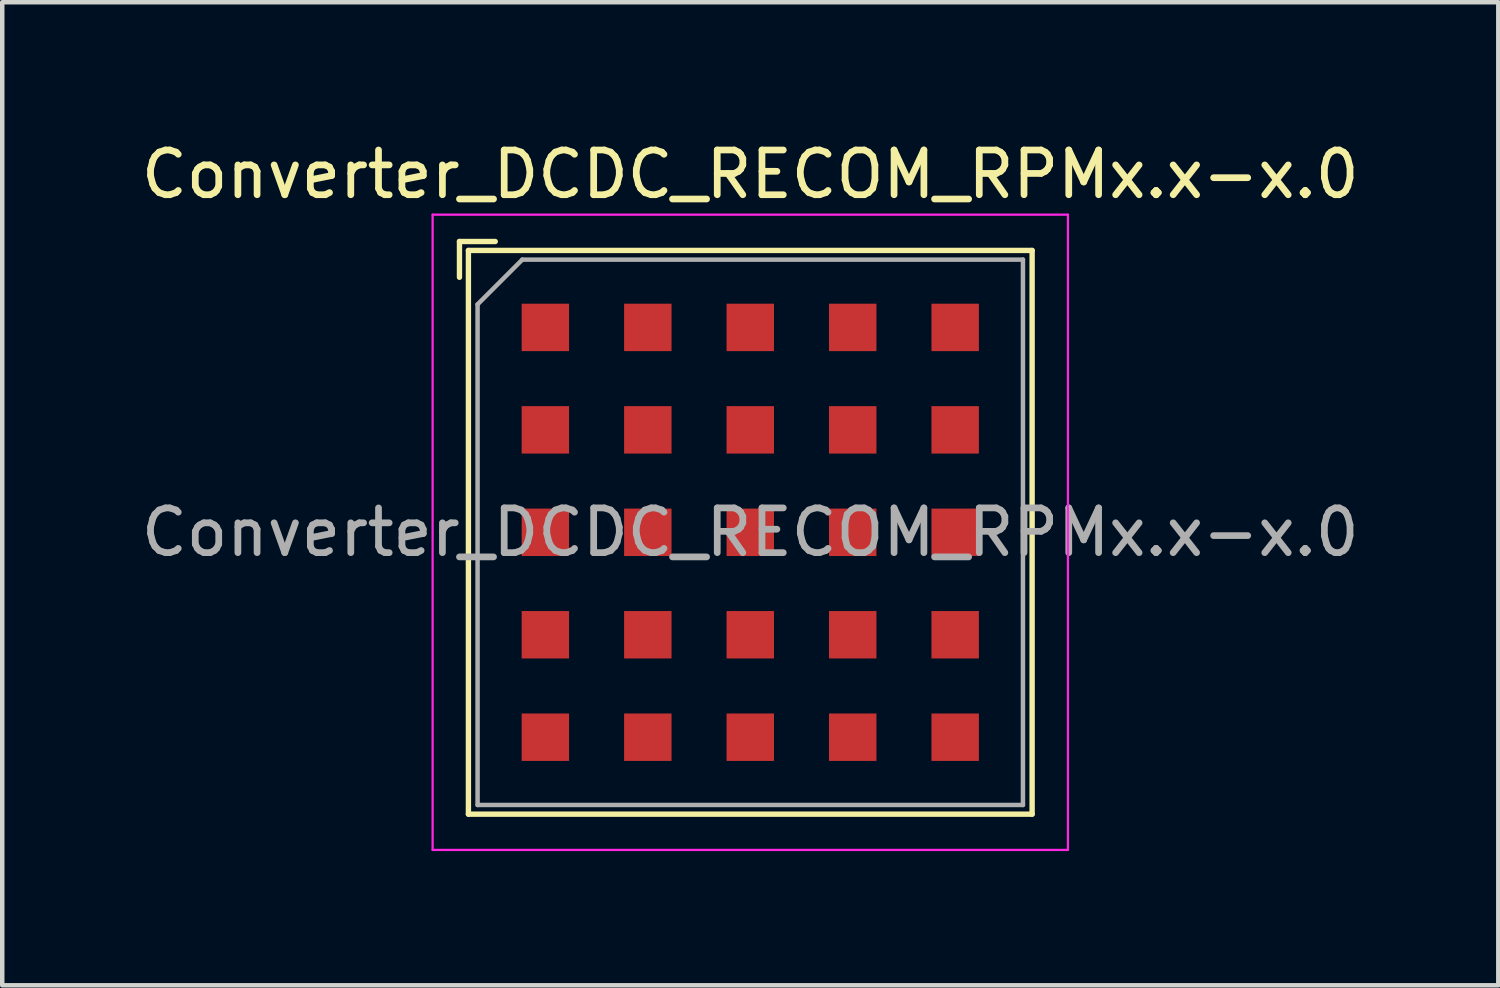
<source format=kicad_pcb>
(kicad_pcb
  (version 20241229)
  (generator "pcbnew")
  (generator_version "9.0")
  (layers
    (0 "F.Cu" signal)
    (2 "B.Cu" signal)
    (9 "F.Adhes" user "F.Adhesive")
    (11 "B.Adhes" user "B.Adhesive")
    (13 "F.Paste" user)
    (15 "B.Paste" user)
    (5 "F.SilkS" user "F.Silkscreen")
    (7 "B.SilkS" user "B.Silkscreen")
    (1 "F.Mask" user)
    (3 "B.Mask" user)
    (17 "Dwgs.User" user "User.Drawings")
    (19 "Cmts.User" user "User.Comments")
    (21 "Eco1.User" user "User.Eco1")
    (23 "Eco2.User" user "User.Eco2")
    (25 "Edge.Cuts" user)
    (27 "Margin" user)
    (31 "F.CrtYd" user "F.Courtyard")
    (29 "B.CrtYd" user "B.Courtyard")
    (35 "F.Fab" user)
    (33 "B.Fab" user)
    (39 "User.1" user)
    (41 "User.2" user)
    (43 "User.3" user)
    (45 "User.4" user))
  (footprint "Converter_DCDC_RECOM_RPMx.x-x.0"
    (layer "F.Cu")
    (at 13.72 8.848)
    (property "Reference" "Converter_DCDC_RECOM_RPMx.x-x.0" (at 0 -8 0) (layer "F.SilkS") (effects (font (size 1 1) (thickness 0.15))))
    (attr smd)
    (fp_line (start -6.5 -6.5) (end -6.5 -5.7) (stroke (width 0.12) (type solid)) (layer "F.SilkS"))
    (fp_line (start -6.3 -6.3) (end 6.3 -6.3) (stroke (width 0.12) (type solid)) (layer "F.SilkS"))
    (fp_line (start -6.3 6.3) (end -6.3 -6.3) (stroke (width 0.12) (type solid)) (layer "F.SilkS"))
    (fp_line (start -5.7 -6.5) (end -6.5 -6.5) (stroke (width 0.12) (type solid)) (layer "F.SilkS"))
    (fp_line (start 6.3 -6.3) (end 6.3 6.3) (stroke (width 0.12) (type solid)) (layer "F.SilkS"))
    (fp_line (start 6.3 6.3) (end -6.3 6.3) (stroke (width 0.12) (type solid)) (layer "F.SilkS"))
    (fp_line (start -7.1 -7.1) (end -7.1 7.1) (stroke (width 0.05) (type solid)) (layer "F.CrtYd"))
    (fp_line (start -7.1 -7.1) (end 7.1 -7.1) (stroke (width 0.05) (type solid)) (layer "F.CrtYd"))
    (fp_line (start 7.1 7.1) (end -7.1 7.1) (stroke (width 0.05) (type solid)) (layer "F.CrtYd"))
    (fp_line (start 7.1 7.1) (end 7.1 -7.1) (stroke (width 0.05) (type solid)) (layer "F.CrtYd"))
    (fp_line (start -6.095 -5.095) (end -5.095 -6.095) (stroke (width 0.1) (type solid)) (layer "F.Fab"))
    (fp_line (start -6.095 6.095) (end -6.095 -5.095) (stroke (width 0.1) (type solid)) (layer "F.Fab"))
    (fp_line (start -5.095 -6.095) (end 6.095 -6.095) (stroke (width 0.1) (type solid)) (layer "F.Fab"))
    (fp_line (start 6.095 -6.095) (end 6.095 6.095) (stroke (width 0.1) (type solid)) (layer "F.Fab"))
    (fp_line (start 6.095 6.095) (end -6.095 6.095) (stroke (width 0.1) (type solid)) (layer "F.Fab"))
    (fp_text user "${REFERENCE}" (at 0 0 0) (layer "F.Fab") (effects (font (size 1 1) (thickness 0.15))))
    (pad "A1" smd rect (at -4.58 -4.58) (size 1.06 1.06) (layers "F.Cu" "F.Mask" "F.Paste"))
    (pad "A2" smd rect (at -2.29 -4.58) (size 1.06 1.06) (layers "F.Cu" "F.Mask" "F.Paste"))
    (pad "A3" smd rect (at 0 -4.58) (size 1.06 1.06) (layers "F.Cu" "F.Mask" "F.Paste"))
    (pad "A4" smd rect (at 2.29 -4.58) (size 1.06 1.06) (layers "F.Cu" "F.Mask" "F.Paste"))
    (pad "A5" smd rect (at 4.58 -4.58) (size 1.06 1.06) (layers "F.Cu" "F.Mask" "F.Paste"))
    (pad "B1" smd rect (at -4.58 -2.29) (size 1.06 1.06) (layers "F.Cu" "F.Mask" "F.Paste"))
    (pad "B2" smd rect (at -2.29 -2.29) (size 1.06 1.06) (layers "F.Cu" "F.Mask" "F.Paste"))
    (pad "B3" smd rect (at 0 -2.29) (size 1.06 1.06) (layers "F.Cu" "F.Mask" "F.Paste"))
    (pad "B4" smd rect (at 2.29 -2.29) (size 1.06 1.06) (layers "F.Cu" "F.Mask" "F.Paste"))
    (pad "B5" smd rect (at 4.58 -2.29) (size 1.06 1.06) (layers "F.Cu" "F.Mask" "F.Paste"))
    (pad "C1" smd rect (at -4.58 0) (size 1.06 1.06) (layers "F.Cu" "F.Mask" "F.Paste"))
    (pad "C2" smd rect (at -2.29 0) (size 1.06 1.06) (layers "F.Cu" "F.Mask" "F.Paste"))
    (pad "C3" smd rect (at 0 0) (size 1.06 1.06) (layers "F.Cu" "F.Mask" "F.Paste"))
    (pad "C4" smd rect (at 2.29 0) (size 1.06 1.06) (layers "F.Cu" "F.Mask" "F.Paste"))
    (pad "C5" smd rect (at 4.58 0) (size 1.06 1.06) (layers "F.Cu" "F.Mask" "F.Paste"))
    (pad "D1" smd rect (at -4.58 2.29) (size 1.06 1.06) (layers "F.Cu" "F.Mask" "F.Paste"))
    (pad "D2" smd rect (at -2.29 2.29) (size 1.06 1.06) (layers "F.Cu" "F.Mask" "F.Paste"))
    (pad "D3" smd rect (at 0 2.29) (size 1.06 1.06) (layers "F.Cu" "F.Mask" "F.Paste"))
    (pad "D4" smd rect (at 2.29 2.29) (size 1.06 1.06) (layers "F.Cu" "F.Mask" "F.Paste"))
    (pad "D5" smd rect (at 4.58 2.29) (size 1.06 1.06) (layers "F.Cu" "F.Mask" "F.Paste"))
    (pad "E1" smd rect (at -4.58 4.58) (size 1.06 1.06) (layers "F.Cu" "F.Mask" "F.Paste"))
    (pad "E2" smd rect (at -2.29 4.58) (size 1.06 1.06) (layers "F.Cu" "F.Mask" "F.Paste"))
    (pad "E3" smd rect (at 0 4.58) (size 1.06 1.06) (layers "F.Cu" "F.Mask" "F.Paste"))
    (pad "E4" smd rect (at 2.29 4.58) (size 1.06 1.06) (layers "F.Cu" "F.Mask" "F.Paste"))
    (pad "E5" smd rect (at 4.58 4.58) (size 1.06 1.06) (layers "F.Cu" "F.Mask" "F.Paste")))
  (gr_rect
    (start -3 -3)
    (end 30.44 18.973)
    (stroke (width 0.1) (type default))
    (fill no)
    (layer "Edge.Cuts")))
</source>
